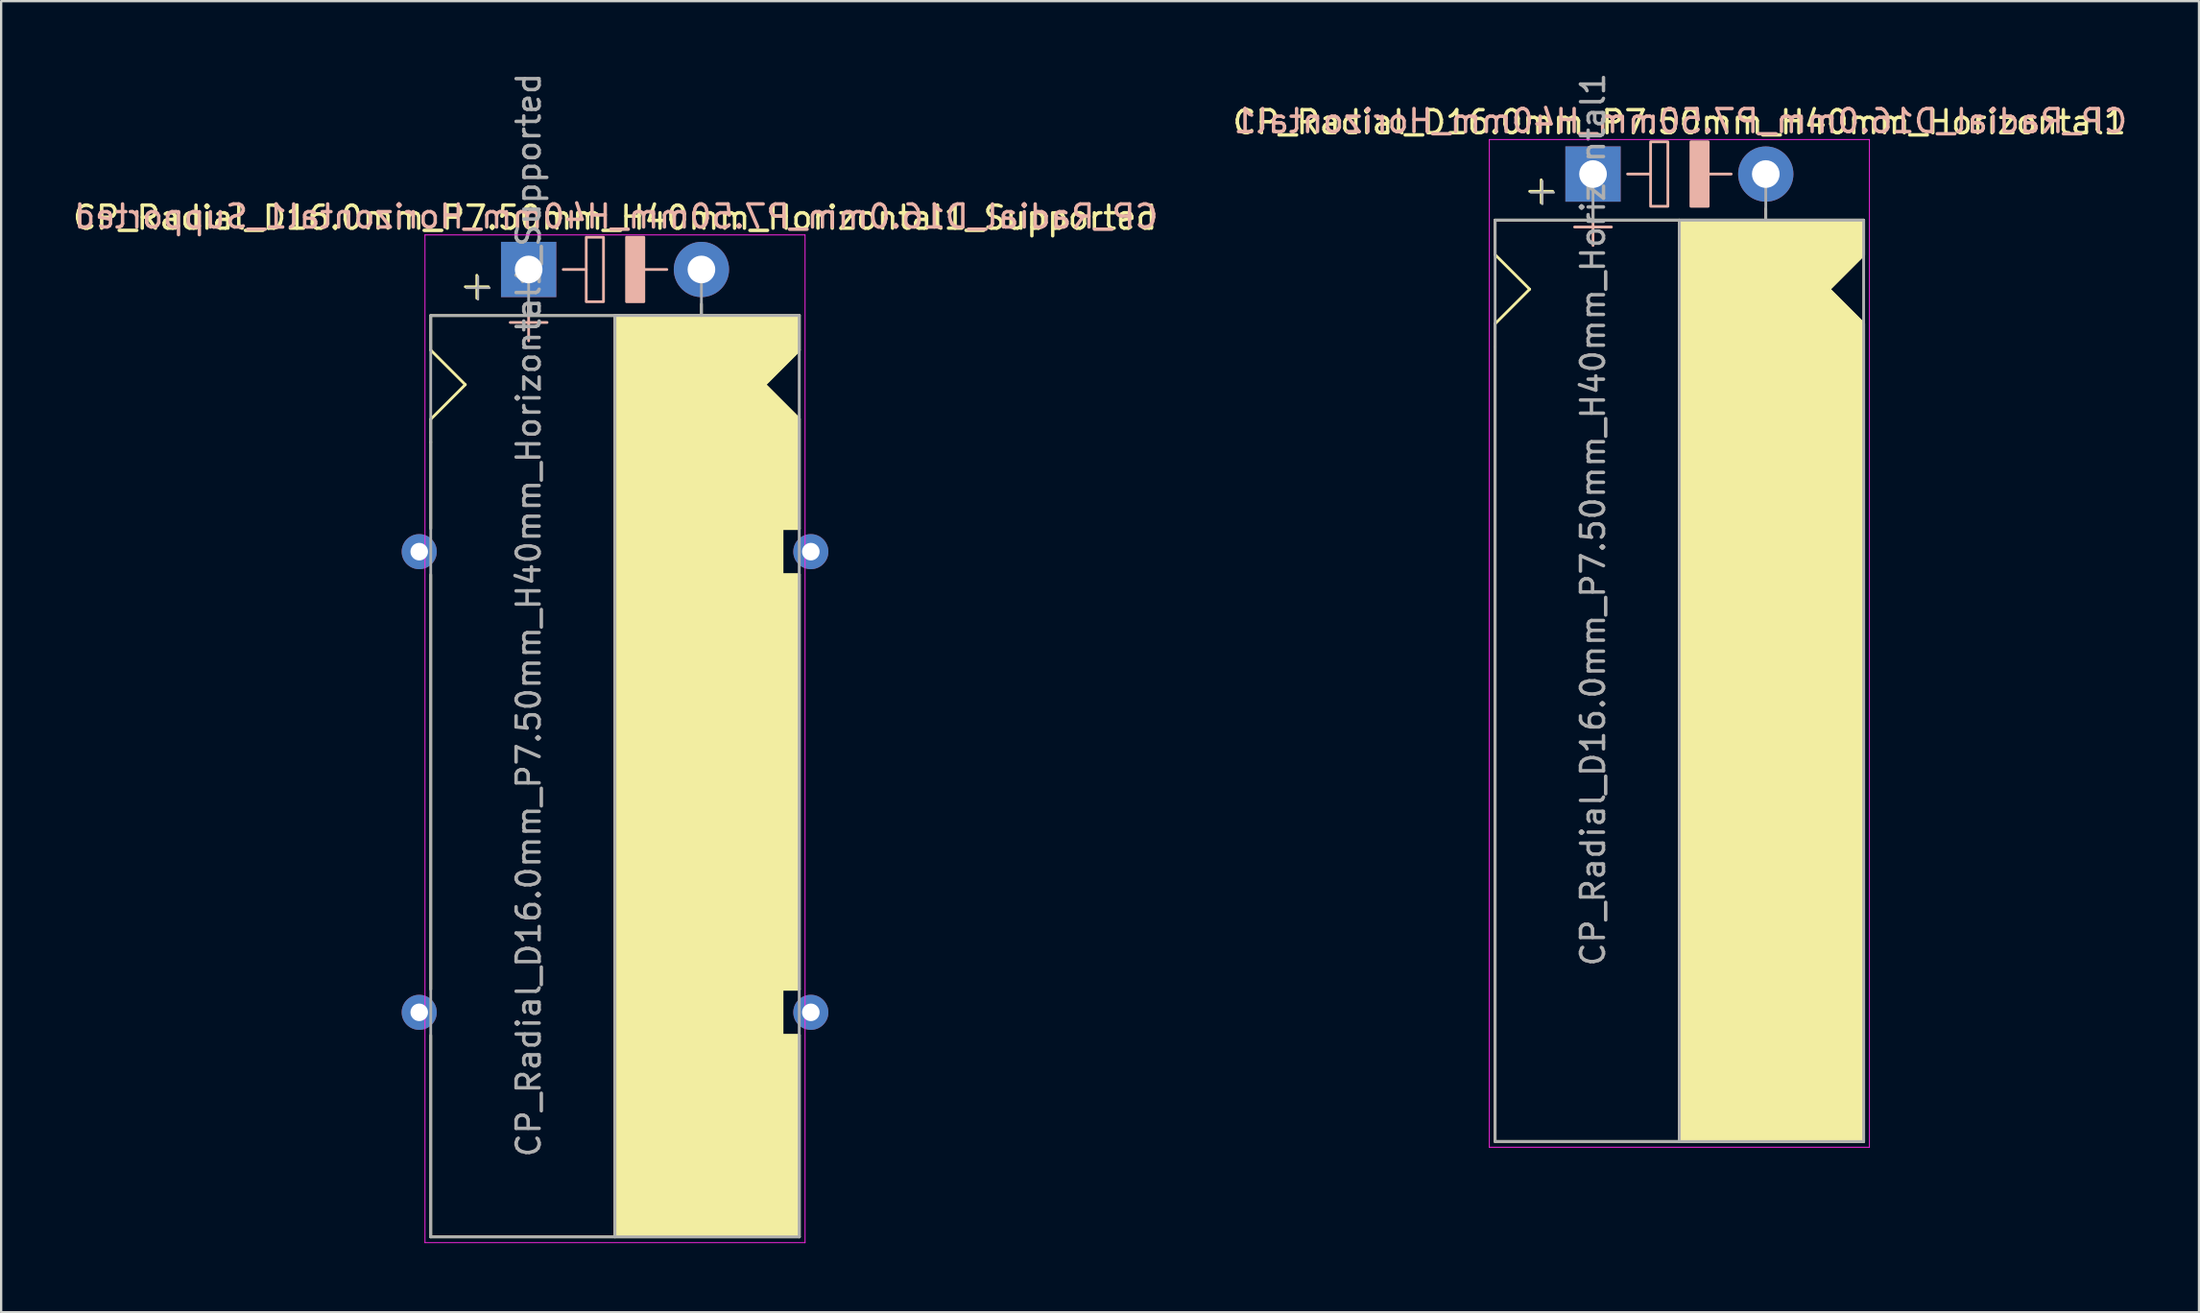
<source format=kicad_pcb>
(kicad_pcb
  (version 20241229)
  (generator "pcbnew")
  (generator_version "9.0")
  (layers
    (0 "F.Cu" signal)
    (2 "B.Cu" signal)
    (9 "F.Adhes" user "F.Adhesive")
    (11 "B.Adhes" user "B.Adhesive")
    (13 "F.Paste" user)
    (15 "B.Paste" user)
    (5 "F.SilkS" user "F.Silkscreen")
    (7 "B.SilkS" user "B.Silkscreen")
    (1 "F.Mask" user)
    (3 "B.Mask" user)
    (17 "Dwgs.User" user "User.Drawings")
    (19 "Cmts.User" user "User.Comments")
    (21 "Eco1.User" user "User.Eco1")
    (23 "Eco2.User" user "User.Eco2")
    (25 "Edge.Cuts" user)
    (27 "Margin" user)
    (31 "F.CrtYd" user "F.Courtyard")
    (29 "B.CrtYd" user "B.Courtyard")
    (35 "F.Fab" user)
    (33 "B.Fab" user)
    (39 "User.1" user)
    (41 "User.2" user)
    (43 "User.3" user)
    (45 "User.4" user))
  (footprint "CP_Radial_D16.0mm_P7.50mm_H40mm_Horizontal1_Supported"
    (layer "F.Cu")
    (at 19.899 8.649)
    (property "Reference" "CP_Radial_D16.0mm_P7.50mm_H40mm_Horizontal1_Supported" (at 3.75 -2.25 0) (layer "F.SilkS") (effects (font (size 1 1) (thickness 0.15))))
    (fp_line (start -4.25 2) (end -4.25 3.5) (stroke (width 0.12) (type solid)) (layer "F.SilkS"))
    (fp_line (start -4.25 3.5) (end -2.75 5) (stroke (width 0.12) (type solid)) (layer "F.SilkS"))
    (fp_line (start -4.25 6.5) (end -4.25 7.5) (stroke (width 0.12) (type solid)) (layer "F.SilkS"))
    (fp_line (start -4.25 7.5) (end -4.25 11.25) (stroke (width 0.12) (type solid)) (layer "F.SilkS"))
    (fp_line (start -4.25 31.25) (end -4.25 13.25) (stroke (width 0.12) (type solid)) (layer "F.SilkS"))
    (fp_line (start -4.25 33.25) (end -4.25 42) (stroke (width 0.12) (type solid)) (layer "F.SilkS"))
    (fp_line (start -2.75 5) (end -4.25 6.5) (stroke (width 0.12) (type solid)) (layer "F.SilkS"))
    (fp_line (start -2.25 0.25) (end -2.25 1.25) (stroke (width 0.12) (type solid)) (layer "F.SilkS"))
    (fp_line (start -1.75 0.75) (end -2.75 0.75) (stroke (width 0.12) (type solid)) (layer "F.SilkS"))
    (fp_line (start 0 1.5) (end 0 2) (stroke (width 0.12) (type solid)) (layer "F.SilkS"))
    (fp_line (start 3.75 2) (end -4.25 2) (stroke (width 0.12) (type solid)) (layer "F.SilkS"))
    (fp_line (start 3.75 2) (end 3.75 42) (stroke (width 0.12) (type solid)) (layer "F.SilkS"))
    (fp_line (start 3.75 2) (end 11.75 2) (stroke (width 0.12) (type solid)) (layer "F.SilkS"))
    (fp_line (start 7.5 1.5) (end 7.5 2) (stroke (width 0.12) (type solid)) (layer "F.SilkS"))
    (fp_line (start 10.25 5) (end 11.75 6.5) (stroke (width 0.12) (type solid)) (layer "F.SilkS"))
    (fp_line (start 11 11.25) (end 11.75 11.25) (stroke (width 0.12) (type solid)) (layer "F.SilkS"))
    (fp_line (start 11 13.25) (end 11 11.25) (stroke (width 0.12) (type solid)) (layer "F.SilkS"))
    (fp_line (start 11 31.25) (end 11.75 31.25) (stroke (width 0.12) (type solid)) (layer "F.SilkS"))
    (fp_line (start 11 33.25) (end 11 31.25) (stroke (width 0.12) (type solid)) (layer "F.SilkS"))
    (fp_line (start 11.75 2) (end 11.75 3.5) (stroke (width 0.12) (type solid)) (layer "F.SilkS"))
    (fp_line (start 11.75 3.5) (end 10.25 5) (stroke (width 0.12) (type solid)) (layer "F.SilkS"))
    (fp_line (start 11.75 11.25) (end 11.75 6.5) (stroke (width 0.12) (type solid)) (layer "F.SilkS"))
    (fp_line (start 11.75 13.25) (end 11 13.25) (stroke (width 0.12) (type solid)) (layer "F.SilkS"))
    (fp_line (start 11.75 13.25) (end 11.75 31.25) (stroke (width 0.12) (type solid)) (layer "F.SilkS"))
    (fp_line (start 11.75 33.25) (end 11 33.25) (stroke (width 0.12) (type solid)) (layer "F.SilkS"))
    (fp_line (start 11.75 42) (end -4.25 42) (stroke (width 0.12) (type solid)) (layer "F.SilkS"))
    (fp_line (start 11.75 42) (end 11.75 33.25) (stroke (width 0.12) (type solid)) (layer "F.SilkS"))
    (fp_poly (pts (xy 11.75 3.5) (xy 10.25 5) (xy 11.75 6.5) (xy 11.75 11.25) (xy 11 11.25) (xy 11 13.25) (xy 11.75 13.25) (xy 11.75 31.25) (xy 11 31.25) (xy 11 33.25) (xy 11.75 33.25) (xy 11.75 42) (xy 3.75 42) (xy 3.75 2) (xy 11.75 2)) (stroke (width 0.1) (type solid)) (fill yes) (layer "F.SilkS"))
    (fp_line (start 0 1.5) (end 0 3.1) (stroke (width 0.12) (type solid)) (layer "B.SilkS"))
    (fp_line (start 0.8 2.3) (end -0.8 2.3) (stroke (width 0.12) (type solid)) (layer "B.SilkS"))
    (fp_line (start 2.5 0) (end 1.5 0) (stroke (width 0.12) (type solid)) (layer "B.SilkS"))
    (fp_line (start 6 0) (end 5 0) (stroke (width 0.12) (type solid)) (layer "B.SilkS"))
    (fp_rect (start 2.5 -1.4) (end 3.25 1.4) (stroke (width 0.12) (type solid)) (fill no) (layer "B.SilkS"))
    (fp_rect (start 4.25 -1.4) (end 5 1.4) (stroke (width 0.12) (type solid)) (fill yes) (layer "B.SilkS"))
    (fp_line (start -4.5 -1.5) (end 12 -1.5) (stroke (width 0.04) (type solid)) (layer "F.CrtYd"))
    (fp_line (start -4.5 42.25) (end -4.5 -1.5) (stroke (width 0.04) (type solid)) (layer "F.CrtYd"))
    (fp_line (start 12 -1.5) (end 12 42.25) (stroke (width 0.04) (type solid)) (layer "F.CrtYd"))
    (fp_line (start 12 42.25) (end -4.5 42.25) (stroke (width 0.04) (type solid)) (layer "F.CrtYd"))
    (fp_line (start -4.25 2) (end -4.25 42) (stroke (width 0.12) (type solid)) (layer "F.Fab"))
    (fp_line (start -4.25 42) (end 11.75 42) (stroke (width 0.12) (type solid)) (layer "F.Fab"))
    (fp_line (start -2.7 0.8) (end -1.7 0.8) (stroke (width 0.1) (type solid)) (layer "F.Fab"))
    (fp_line (start -2.2 1.3) (end -2.2 0.3) (stroke (width 0.1) (type solid)) (layer "F.Fab"))
    (fp_line (start 0 0) (end 0 2) (stroke (width 0.12) (type solid)) (layer "F.Fab"))
    (fp_line (start 0 2) (end -4.25 2) (stroke (width 0.12) (type solid)) (layer "F.Fab"))
    (fp_line (start 3.75 2) (end 3.75 42) (stroke (width 0.12) (type solid)) (layer "F.Fab"))
    (fp_line (start 7.5 0) (end 7.5 2) (stroke (width 0.12) (type solid)) (layer "F.Fab"))
    (fp_line (start 11.75 2) (end 0 2) (stroke (width 0.12) (type solid)) (layer "F.Fab"))
    (fp_line (start 11.75 42) (end 11.75 2) (stroke (width 0.12) (type solid)) (layer "F.Fab"))
    (fp_poly (pts (xy 11.75 42) (xy 3.75 42) (xy 3.75 2) (xy 11.75 2)) (stroke (width 0.1) (type solid)) (fill no) (layer "F.Fab"))
    (fp_text user "${REFERENCE}" (at 3.8 -2.3 0) (layer "B.SilkS") (effects (font (size 1 1) (thickness 0.15)) (justify mirror)))
    (fp_text user "${REFERENCE}" (at 0 15 90) (layer "F.Fab") (effects (font (size 1 1) (thickness 0.15))))
    (pad "1" thru_hole rect (at 0 0) (size 2.4 2.4) (drill 1.2) (layers "*.Cu" "*.Mask"))
    (pad "2" thru_hole circle (at 7.5 0) (size 2.4 2.4) (drill 1.2) (layers "*.Cu" "*.Mask"))
    (pad "~" thru_hole circle (at -4.75 12.25) (size 1.524 1.524) (drill 0.762) (layers "*.Cu" "*.Mask"))
    (pad "~" thru_hole circle (at -4.75 32.25) (size 1.524 1.524) (drill 0.762) (layers "*.Cu" "*.Mask"))
    (pad "~" thru_hole circle (at 12.25 12.25) (size 1.524 1.524) (drill 0.762) (layers "*.Cu" "*.Mask"))
    (pad "~" thru_hole circle (at 12.25 32.25) (size 1.524 1.524) (drill 0.762) (layers "*.Cu" "*.Mask")))
  (footprint "CP_Radial_D16.0mm_P7.50mm_H40mm_Horizontal1"
    (layer "F.Cu")
    (at 66.104 4.506)
    (property "Reference" "CP_Radial_D16.0mm_P7.50mm_H40mm_Horizontal1" (at 3.75 -2.25 0) (layer "F.SilkS") (effects (font (size 1 1) (thickness 0.15))))
    (fp_line (start -4.25 2) (end -4.25 3.5) (stroke (width 0.12) (type solid)) (layer "F.SilkS"))
    (fp_line (start -4.25 3.5) (end -2.75 5) (stroke (width 0.12) (type solid)) (layer "F.SilkS"))
    (fp_line (start -4.25 6.5) (end -4.25 7.5) (stroke (width 0.12) (type solid)) (layer "F.SilkS"))
    (fp_line (start -4.25 7.5) (end -4.25 42) (stroke (width 0.12) (type solid)) (layer "F.SilkS"))
    (fp_line (start -2.75 5) (end -4.25 6.5) (stroke (width 0.12) (type solid)) (layer "F.SilkS"))
    (fp_line (start -2.25 0.25) (end -2.25 1.25) (stroke (width 0.12) (type solid)) (layer "F.SilkS"))
    (fp_line (start -1.75 0.75) (end -2.75 0.75) (stroke (width 0.12) (type solid)) (layer "F.SilkS"))
    (fp_line (start 0 1.5) (end 0 2) (stroke (width 0.12) (type solid)) (layer "F.SilkS"))
    (fp_line (start 3.75 2) (end -4.25 2) (stroke (width 0.12) (type solid)) (layer "F.SilkS"))
    (fp_line (start 3.75 2) (end 3.75 42) (stroke (width 0.12) (type solid)) (layer "F.SilkS"))
    (fp_line (start 3.75 2) (end 11.75 2) (stroke (width 0.12) (type solid)) (layer "F.SilkS"))
    (fp_line (start 7.5 1.5) (end 7.5 2) (stroke (width 0.12) (type solid)) (layer "F.SilkS"))
    (fp_line (start 10.25 5) (end 11.75 6.5) (stroke (width 0.12) (type solid)) (layer "F.SilkS"))
    (fp_line (start 11.75 2) (end 11.75 3.5) (stroke (width 0.12) (type solid)) (layer "F.SilkS"))
    (fp_line (start 11.75 3.5) (end 10.25 5) (stroke (width 0.12) (type solid)) (layer "F.SilkS"))
    (fp_line (start 11.75 42) (end -4.25 42) (stroke (width 0.12) (type solid)) (layer "F.SilkS"))
    (fp_line (start 11.75 42) (end 11.75 6.5) (stroke (width 0.12) (type solid)) (layer "F.SilkS"))
    (fp_poly (pts (xy 11.75 3.5) (xy 10.25 5) (xy 11.75 6.5) (xy 11.75 42) (xy 3.75 42) (xy 3.75 2) (xy 11.75 2)) (stroke (width 0.1) (type solid)) (fill yes) (layer "F.SilkS"))
    (fp_line (start 0 1.5) (end 0 3.1) (stroke (width 0.12) (type solid)) (layer "B.SilkS"))
    (fp_line (start 0.8 2.3) (end -0.8 2.3) (stroke (width 0.12) (type solid)) (layer "B.SilkS"))
    (fp_line (start 2.5 0) (end 1.5 0) (stroke (width 0.12) (type solid)) (layer "B.SilkS"))
    (fp_line (start 6 0) (end 5 0) (stroke (width 0.12) (type solid)) (layer "B.SilkS"))
    (fp_rect (start 2.5 -1.4) (end 3.25 1.4) (stroke (width 0.12) (type solid)) (fill no) (layer "B.SilkS"))
    (fp_rect (start 4.25 -1.4) (end 5 1.4) (stroke (width 0.12) (type solid)) (fill yes) (layer "B.SilkS"))
    (fp_line (start -4.5 -1.5) (end 12 -1.5) (stroke (width 0.04) (type solid)) (layer "F.CrtYd"))
    (fp_line (start -4.5 42.25) (end -4.5 -1.5) (stroke (width 0.04) (type solid)) (layer "F.CrtYd"))
    (fp_line (start 12 -1.5) (end 12 42.25) (stroke (width 0.04) (type solid)) (layer "F.CrtYd"))
    (fp_line (start 12 42.25) (end -4.5 42.25) (stroke (width 0.04) (type solid)) (layer "F.CrtYd"))
    (fp_line (start -4.25 2) (end -4.25 42) (stroke (width 0.12) (type solid)) (layer "F.Fab"))
    (fp_line (start -4.25 42) (end 11.75 42) (stroke (width 0.12) (type solid)) (layer "F.Fab"))
    (fp_line (start -2.7 0.8) (end -1.7 0.8) (stroke (width 0.1) (type solid)) (layer "F.Fab"))
    (fp_line (start -2.2 1.3) (end -2.2 0.3) (stroke (width 0.1) (type solid)) (layer "F.Fab"))
    (fp_line (start 0 0) (end 0 2) (stroke (width 0.12) (type solid)) (layer "F.Fab"))
    (fp_line (start 0 2) (end -4.25 2) (stroke (width 0.12) (type solid)) (layer "F.Fab"))
    (fp_line (start 3.75 2) (end 3.75 42) (stroke (width 0.12) (type solid)) (layer "F.Fab"))
    (fp_line (start 7.5 0) (end 7.5 2) (stroke (width 0.12) (type solid)) (layer "F.Fab"))
    (fp_line (start 11.75 2) (end 0 2) (stroke (width 0.12) (type solid)) (layer "F.Fab"))
    (fp_line (start 11.75 42) (end 11.75 2) (stroke (width 0.12) (type solid)) (layer "F.Fab"))
    (fp_poly (pts (xy 11.75 42) (xy 3.75 42) (xy 3.75 2) (xy 11.75 2)) (stroke (width 0.1) (type solid)) (fill no) (layer "F.Fab"))
    (fp_text user "${REFERENCE}" (at 3.8 -2.3 0) (layer "B.SilkS") (effects (font (size 1 1) (thickness 0.15)) (justify mirror)))
    (fp_text user "${REFERENCE}" (at 0 15 90) (layer "F.Fab") (effects (font (size 1 1) (thickness 0.15))))
    (pad "1" thru_hole rect (at 0 0) (size 2.4 2.4) (drill 1.2) (layers "*.Cu" "*.Mask"))
    (pad "2" thru_hole circle (at 7.5 0) (size 2.4 2.4) (drill 1.2) (layers "*.Cu" "*.Mask")))
  (gr_rect
    (start -3 -3)
    (end 92.41 53.919)
    (stroke (width 0.1) (type default))
    (fill no)
    (layer "Edge.Cuts")))
</source>
